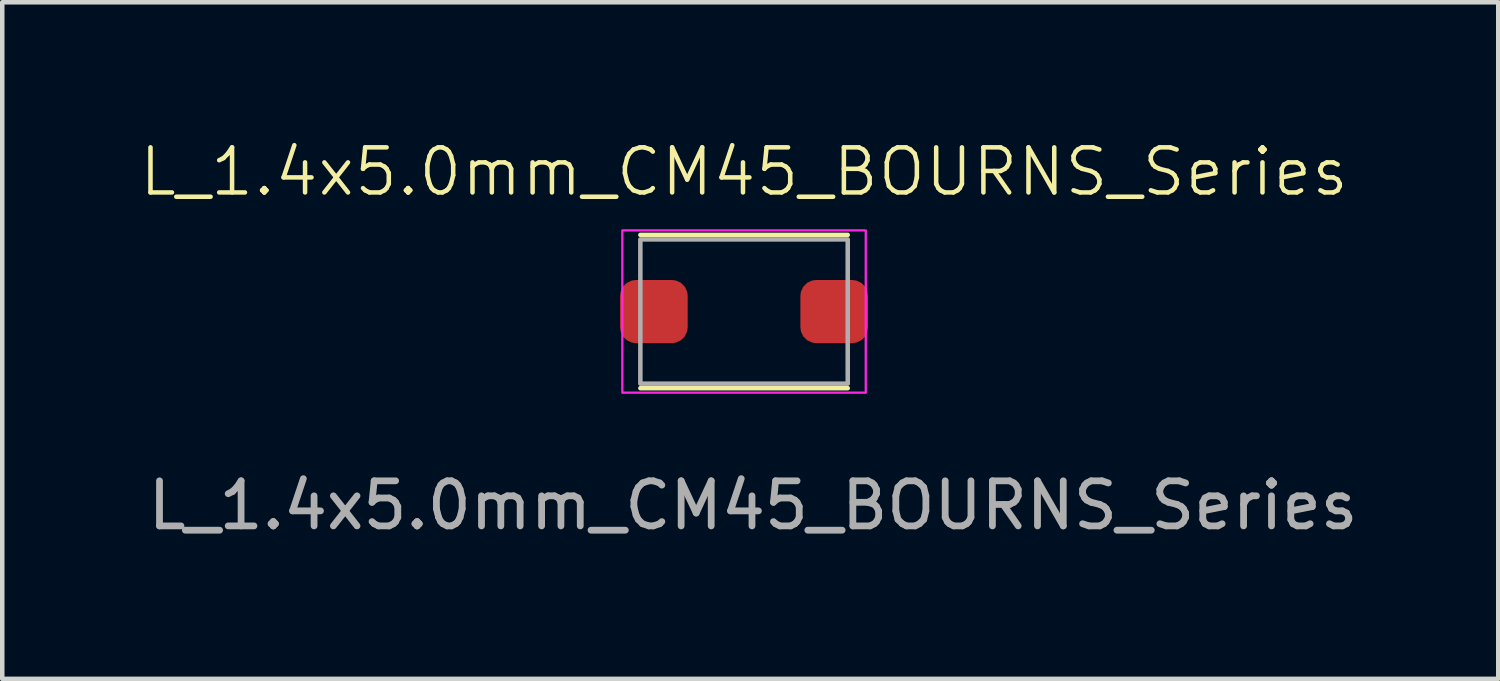
<source format=kicad_pcb>
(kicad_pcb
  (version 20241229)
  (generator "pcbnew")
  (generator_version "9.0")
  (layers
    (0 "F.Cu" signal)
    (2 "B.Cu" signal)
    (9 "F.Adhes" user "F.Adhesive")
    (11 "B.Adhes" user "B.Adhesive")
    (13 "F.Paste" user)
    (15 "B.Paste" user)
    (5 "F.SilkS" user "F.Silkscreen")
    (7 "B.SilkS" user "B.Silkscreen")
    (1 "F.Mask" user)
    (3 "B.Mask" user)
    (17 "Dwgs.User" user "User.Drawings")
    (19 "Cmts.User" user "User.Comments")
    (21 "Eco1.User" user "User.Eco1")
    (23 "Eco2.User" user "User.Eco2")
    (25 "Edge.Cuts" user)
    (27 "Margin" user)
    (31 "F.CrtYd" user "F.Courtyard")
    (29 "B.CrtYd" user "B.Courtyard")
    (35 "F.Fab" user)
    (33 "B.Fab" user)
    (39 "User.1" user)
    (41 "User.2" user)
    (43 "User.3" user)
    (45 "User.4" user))
  (footprint "L_1.4x5.0mm_CM45_BOURNS_Series"
    (layer "F.Cu")
    (at 13.455 3.861)
    (property "Reference" "L_1.4x5.0mm_CM45_BOURNS_Series" (at 0 -3.1 0) (unlocked yes) (layer "F.SilkS") (effects (font (size 1 1) (thickness 0.1))))
    (attr smd)
    (fp_line (start -2.3 -1.7) (end 2.3 -1.7) (stroke (width 0.1) (type default)) (layer "F.SilkS"))
    (fp_line (start -2.3 1.7) (end 2.3 1.7) (stroke (width 0.1) (type default)) (layer "F.SilkS"))
    (fp_rect (start -2.7 -1.8) (end 2.7 1.8) (stroke (width 0.05) (type default)) (fill no) (layer "F.CrtYd"))
    (fp_rect (start -2.3 -1.6) (end 2.3 1.6) (stroke (width 0.1) (type default)) (fill no) (layer "F.Fab"))
    (fp_text user "${REFERENCE}" (at 0.2 4.3 0) (unlocked yes) (layer "F.Fab") (effects (font (size 1 1) (thickness 0.15))))
    (pad "1" smd roundrect (at -2 0) (size 1.5 1.4) (layers "F.Cu" "F.Mask" "F.Paste") (roundrect_rratio 0.25))
    (pad "2" smd roundrect (at 2 0) (size 1.5 1.4) (layers "F.Cu" "F.Mask" "F.Paste") (roundrect_rratio 0.25)))
  (gr_rect
    (start -3 -3)
    (end 30.185 12.009)
    (stroke (width 0.1) (type default))
    (fill no)
    (layer "Edge.Cuts")))
</source>
